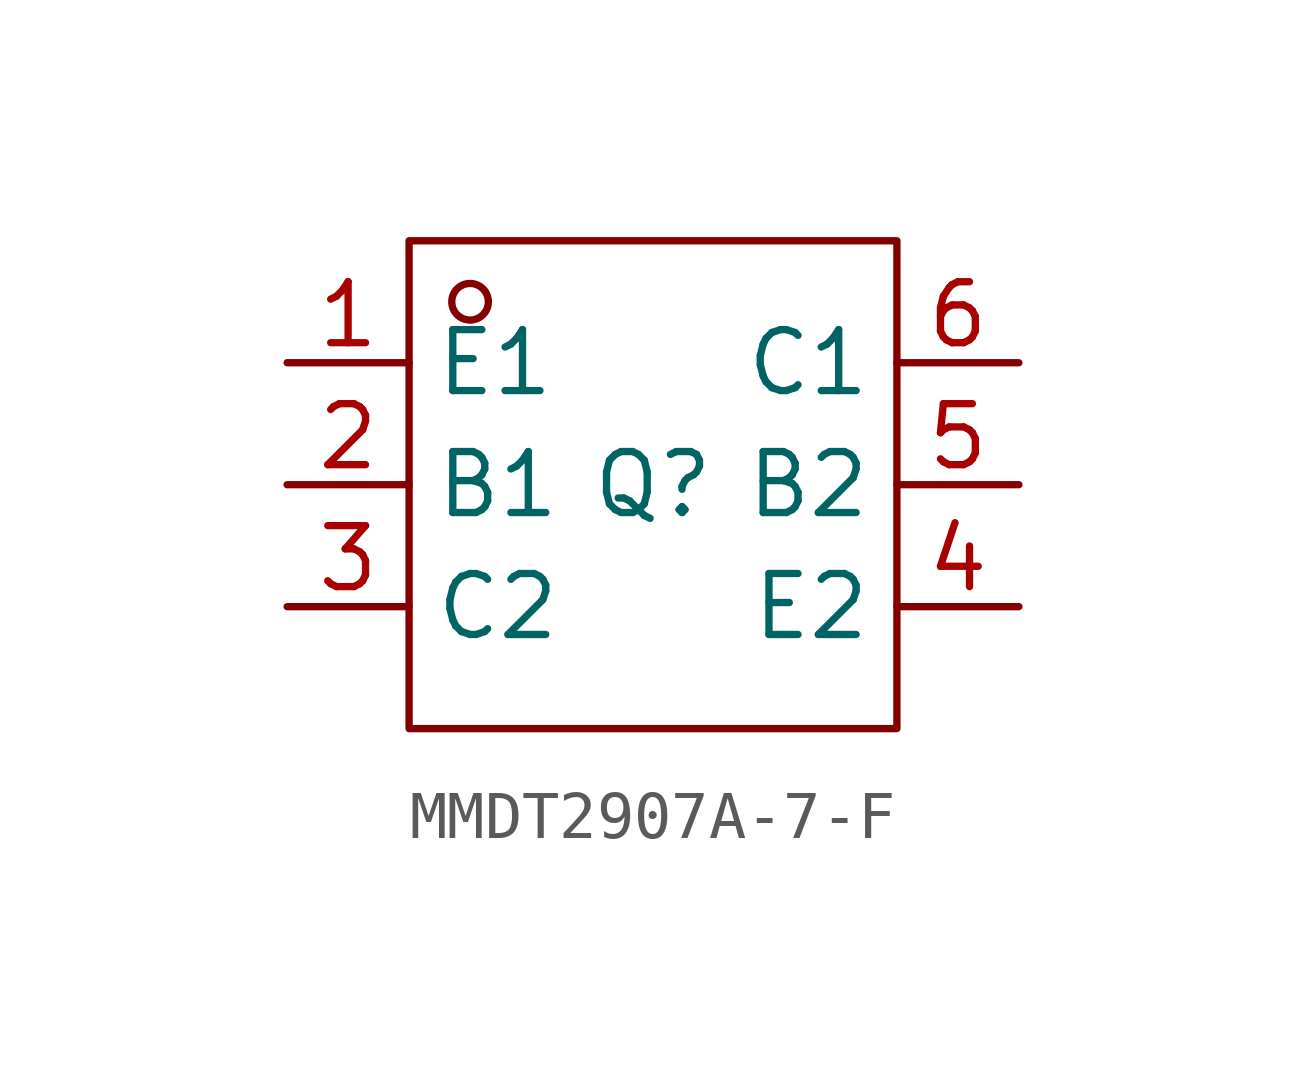
<source format=kicad_sym>
(kicad_symbol_lib
  (version 20241209)
  (generator "kicad_symbol_editor")
  (generator_version "9.0")
  (symbol "MMDT2907A-7-F"
    (property "Reference" "Q"
      (at 0 0 0)
      (effects (font (size 1.27 1.27))))
    (property "Value" ""
      (at 0 0 0)
      (effects (font (size 1.27 1.27))))
    (symbol "MMDT2907A-7-F_1_0"
      (rectangle (start -5.08 -5.08) (end 5.08 5.08) (stroke (width 0) (type default)) (fill (type none)))
      (circle (center -3.81 3.81) (radius 0.381) (stroke (width 0) (type default)) (fill (type none)))
      (pin unspecified line (at -7.62 2.54 0) (length 2.54) (name "E1" (effects (font (size 1.27 1.27)))) (number "1" (effects (font (size 1.27 1.27)))))
      (pin unspecified line (at -7.62 0 0) (length 2.54) (name "B1" (effects (font (size 1.27 1.27)))) (number "2" (effects (font (size 1.27 1.27)))))
      (pin unspecified line (at -7.62 -2.54 0) (length 2.54) (name "C2" (effects (font (size 1.27 1.27)))) (number "3" (effects (font (size 1.27 1.27)))))
      (pin unspecified line (at 7.62 2.54 180) (length 2.54) (name "C1" (effects (font (size 1.27 1.27)))) (number "6" (effects (font (size 1.27 1.27)))))
      (pin unspecified line (at 7.62 0 180) (length 2.54) (name "B2" (effects (font (size 1.27 1.27)))) (number "5" (effects (font (size 1.27 1.27)))))
      (pin unspecified line (at 7.62 -2.54 180) (length 2.54) (name "E2" (effects (font (size 1.27 1.27)))) (number "4" (effects (font (size 1.27 1.27))))))))
</source>
